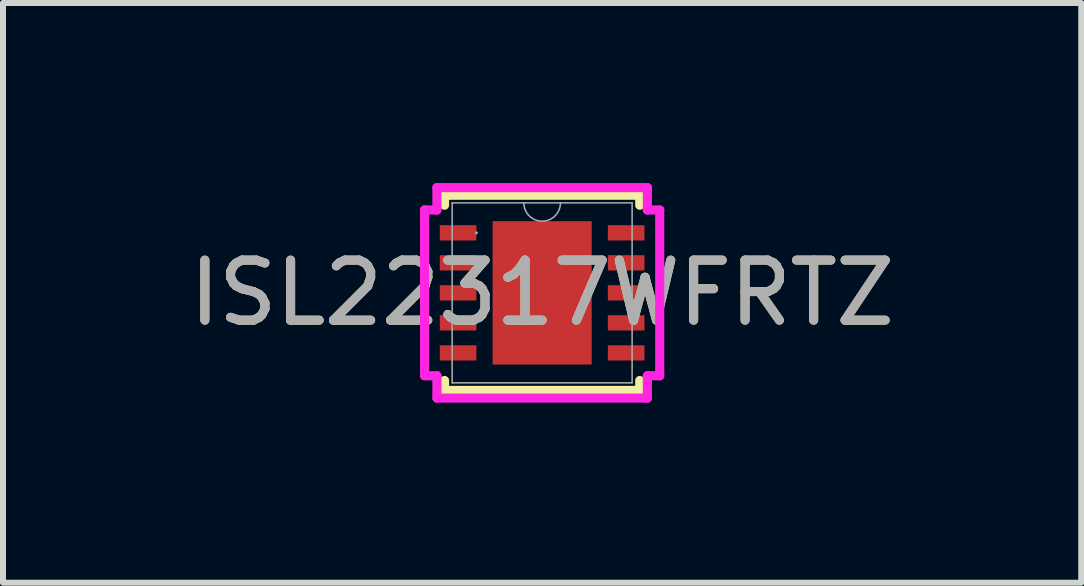
<source format=kicad_pcb>
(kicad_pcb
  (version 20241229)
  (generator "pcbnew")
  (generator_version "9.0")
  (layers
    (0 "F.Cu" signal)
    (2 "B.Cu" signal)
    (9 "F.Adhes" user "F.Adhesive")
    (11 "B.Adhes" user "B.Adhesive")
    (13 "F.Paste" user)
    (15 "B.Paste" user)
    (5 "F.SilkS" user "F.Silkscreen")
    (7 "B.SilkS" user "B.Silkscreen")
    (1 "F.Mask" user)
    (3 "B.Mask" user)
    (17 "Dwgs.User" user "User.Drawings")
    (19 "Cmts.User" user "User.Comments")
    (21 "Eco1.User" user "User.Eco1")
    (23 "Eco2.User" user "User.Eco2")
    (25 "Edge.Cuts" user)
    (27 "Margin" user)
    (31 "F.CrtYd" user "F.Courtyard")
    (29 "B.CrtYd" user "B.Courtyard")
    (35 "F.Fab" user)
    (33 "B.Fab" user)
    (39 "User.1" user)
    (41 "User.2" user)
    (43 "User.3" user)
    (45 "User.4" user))
  (footprint "ISL22317WFRTZ"
    (layer "F.Cu")
    (at 5.982 1.829)
    (property "Reference" "ISL22317WFRTZ" (at 0 0 0) (unlocked yes) (layer "F.SilkS") (effects (font (size 1 1) (thickness 0.15))))
    (attr smd)
    (fp_line (start -1.626 -1.626) (end -1.626 -1.46) (stroke (width 0.152) (type solid)) (layer "F.SilkS"))
    (fp_line (start -1.626 1.46) (end -1.626 1.626) (stroke (width 0.152) (type solid)) (layer "F.SilkS"))
    (fp_line (start -1.626 1.626) (end 1.626 1.626) (stroke (width 0.152) (type solid)) (layer "F.SilkS"))
    (fp_line (start 1.626 -1.626) (end -1.626 -1.626) (stroke (width 0.152) (type solid)) (layer "F.SilkS"))
    (fp_line (start 1.626 -1.46) (end 1.626 -1.626) (stroke (width 0.152) (type solid)) (layer "F.SilkS"))
    (fp_line (start 1.626 1.626) (end 1.626 1.46) (stroke (width 0.152) (type solid)) (layer "F.SilkS"))
    (fp_line (start -1.959 -1.381) (end -1.753 -1.381) (stroke (width 0.152) (type solid)) (layer "F.CrtYd"))
    (fp_line (start -1.959 1.381) (end -1.959 -1.381) (stroke (width 0.152) (type solid)) (layer "F.CrtYd"))
    (fp_line (start -1.959 1.381) (end -1.753 1.381) (stroke (width 0.152) (type solid)) (layer "F.CrtYd"))
    (fp_line (start -1.753 -1.753) (end 1.753 -1.753) (stroke (width 0.152) (type solid)) (layer "F.CrtYd"))
    (fp_line (start -1.753 -1.381) (end -1.753 -1.753) (stroke (width 0.152) (type solid)) (layer "F.CrtYd"))
    (fp_line (start -1.753 1.753) (end -1.753 1.381) (stroke (width 0.152) (type solid)) (layer "F.CrtYd"))
    (fp_line (start 1.753 -1.753) (end 1.753 -1.381) (stroke (width 0.152) (type solid)) (layer "F.CrtYd"))
    (fp_line (start 1.753 1.381) (end 1.753 1.753) (stroke (width 0.152) (type solid)) (layer "F.CrtYd"))
    (fp_line (start 1.753 1.753) (end -1.753 1.753) (stroke (width 0.152) (type solid)) (layer "F.CrtYd"))
    (fp_line (start 1.959 -1.381) (end 1.753 -1.381) (stroke (width 0.152) (type solid)) (layer "F.CrtYd"))
    (fp_line (start 1.959 -1.381) (end 1.959 1.381) (stroke (width 0.152) (type solid)) (layer "F.CrtYd"))
    (fp_line (start 1.959 1.381) (end 1.753 1.381) (stroke (width 0.152) (type solid)) (layer "F.CrtYd"))
    (fp_line (start -1.499 -1.499) (end -1.499 1.499) (stroke (width 0.025) (type solid)) (layer "F.Fab"))
    (fp_line (start -1.499 1.499) (end 1.499 1.499) (stroke (width 0.025) (type solid)) (layer "F.Fab"))
    (fp_line (start 1.499 -1.499) (end -1.499 -1.499) (stroke (width 0.025) (type solid)) (layer "F.Fab"))
    (fp_line (start 1.499 1.499) (end 1.499 -1.499) (stroke (width 0.025) (type solid)) (layer "F.Fab"))
    (fp_arc (start 0.3048 -1.4986) (mid 0 -1.1938) (end -0.3048 -1.4986) (stroke (width 0.0254) (type solid)) (layer "F.Fab"))
    (fp_circle (center -1.095 -1) (end -1.095 -1) (stroke (width 0.025) (type solid)) (fill no) (layer "F.Fab"))
    (fp_text user "${REFERENCE}" (at 0 0 0) (unlocked yes) (layer "F.Fab") (effects (font (size 1 1) (thickness 0.15))))
    (pad "1" smd rect (at -1.4 -1) (size 0.61 0.254) (layers "F.Cu" "F.Mask" "F.Paste"))
    (pad "2" smd rect (at -1.4 -0.5) (size 0.61 0.254) (layers "F.Cu" "F.Mask" "F.Paste"))
    (pad "3" smd rect (at -1.4 0) (size 0.61 0.254) (layers "F.Cu" "F.Mask" "F.Paste"))
    (pad "4" smd rect (at -1.4 0.5) (size 0.61 0.254) (layers "F.Cu" "F.Mask" "F.Paste"))
    (pad "5" smd rect (at -1.4 1) (size 0.61 0.254) (layers "F.Cu" "F.Mask" "F.Paste"))
    (pad "6" smd rect (at 1.4 1) (size 0.61 0.254) (layers "F.Cu" "F.Mask" "F.Paste"))
    (pad "7" smd rect (at 1.4 0.5) (size 0.61 0.254) (layers "F.Cu" "F.Mask" "F.Paste"))
    (pad "8" smd rect (at 1.4 0) (size 0.61 0.254) (layers "F.Cu" "F.Mask" "F.Paste"))
    (pad "9" smd rect (at 1.4 -0.5) (size 0.61 0.254) (layers "F.Cu" "F.Mask" "F.Paste"))
    (pad "10" smd rect (at 1.4 -1) (size 0.61 0.254) (layers "F.Cu" "F.Mask" "F.Paste"))
    (pad "11" smd rect (at 0 0) (size 1.651 2.388) (layers "F.Cu" "F.Mask")))
  (gr_rect
    (start -3 -3)
    (end 14.964 6.658)
    (stroke (width 0.1) (type default))
    (fill no)
    (layer "Edge.Cuts")))
</source>
